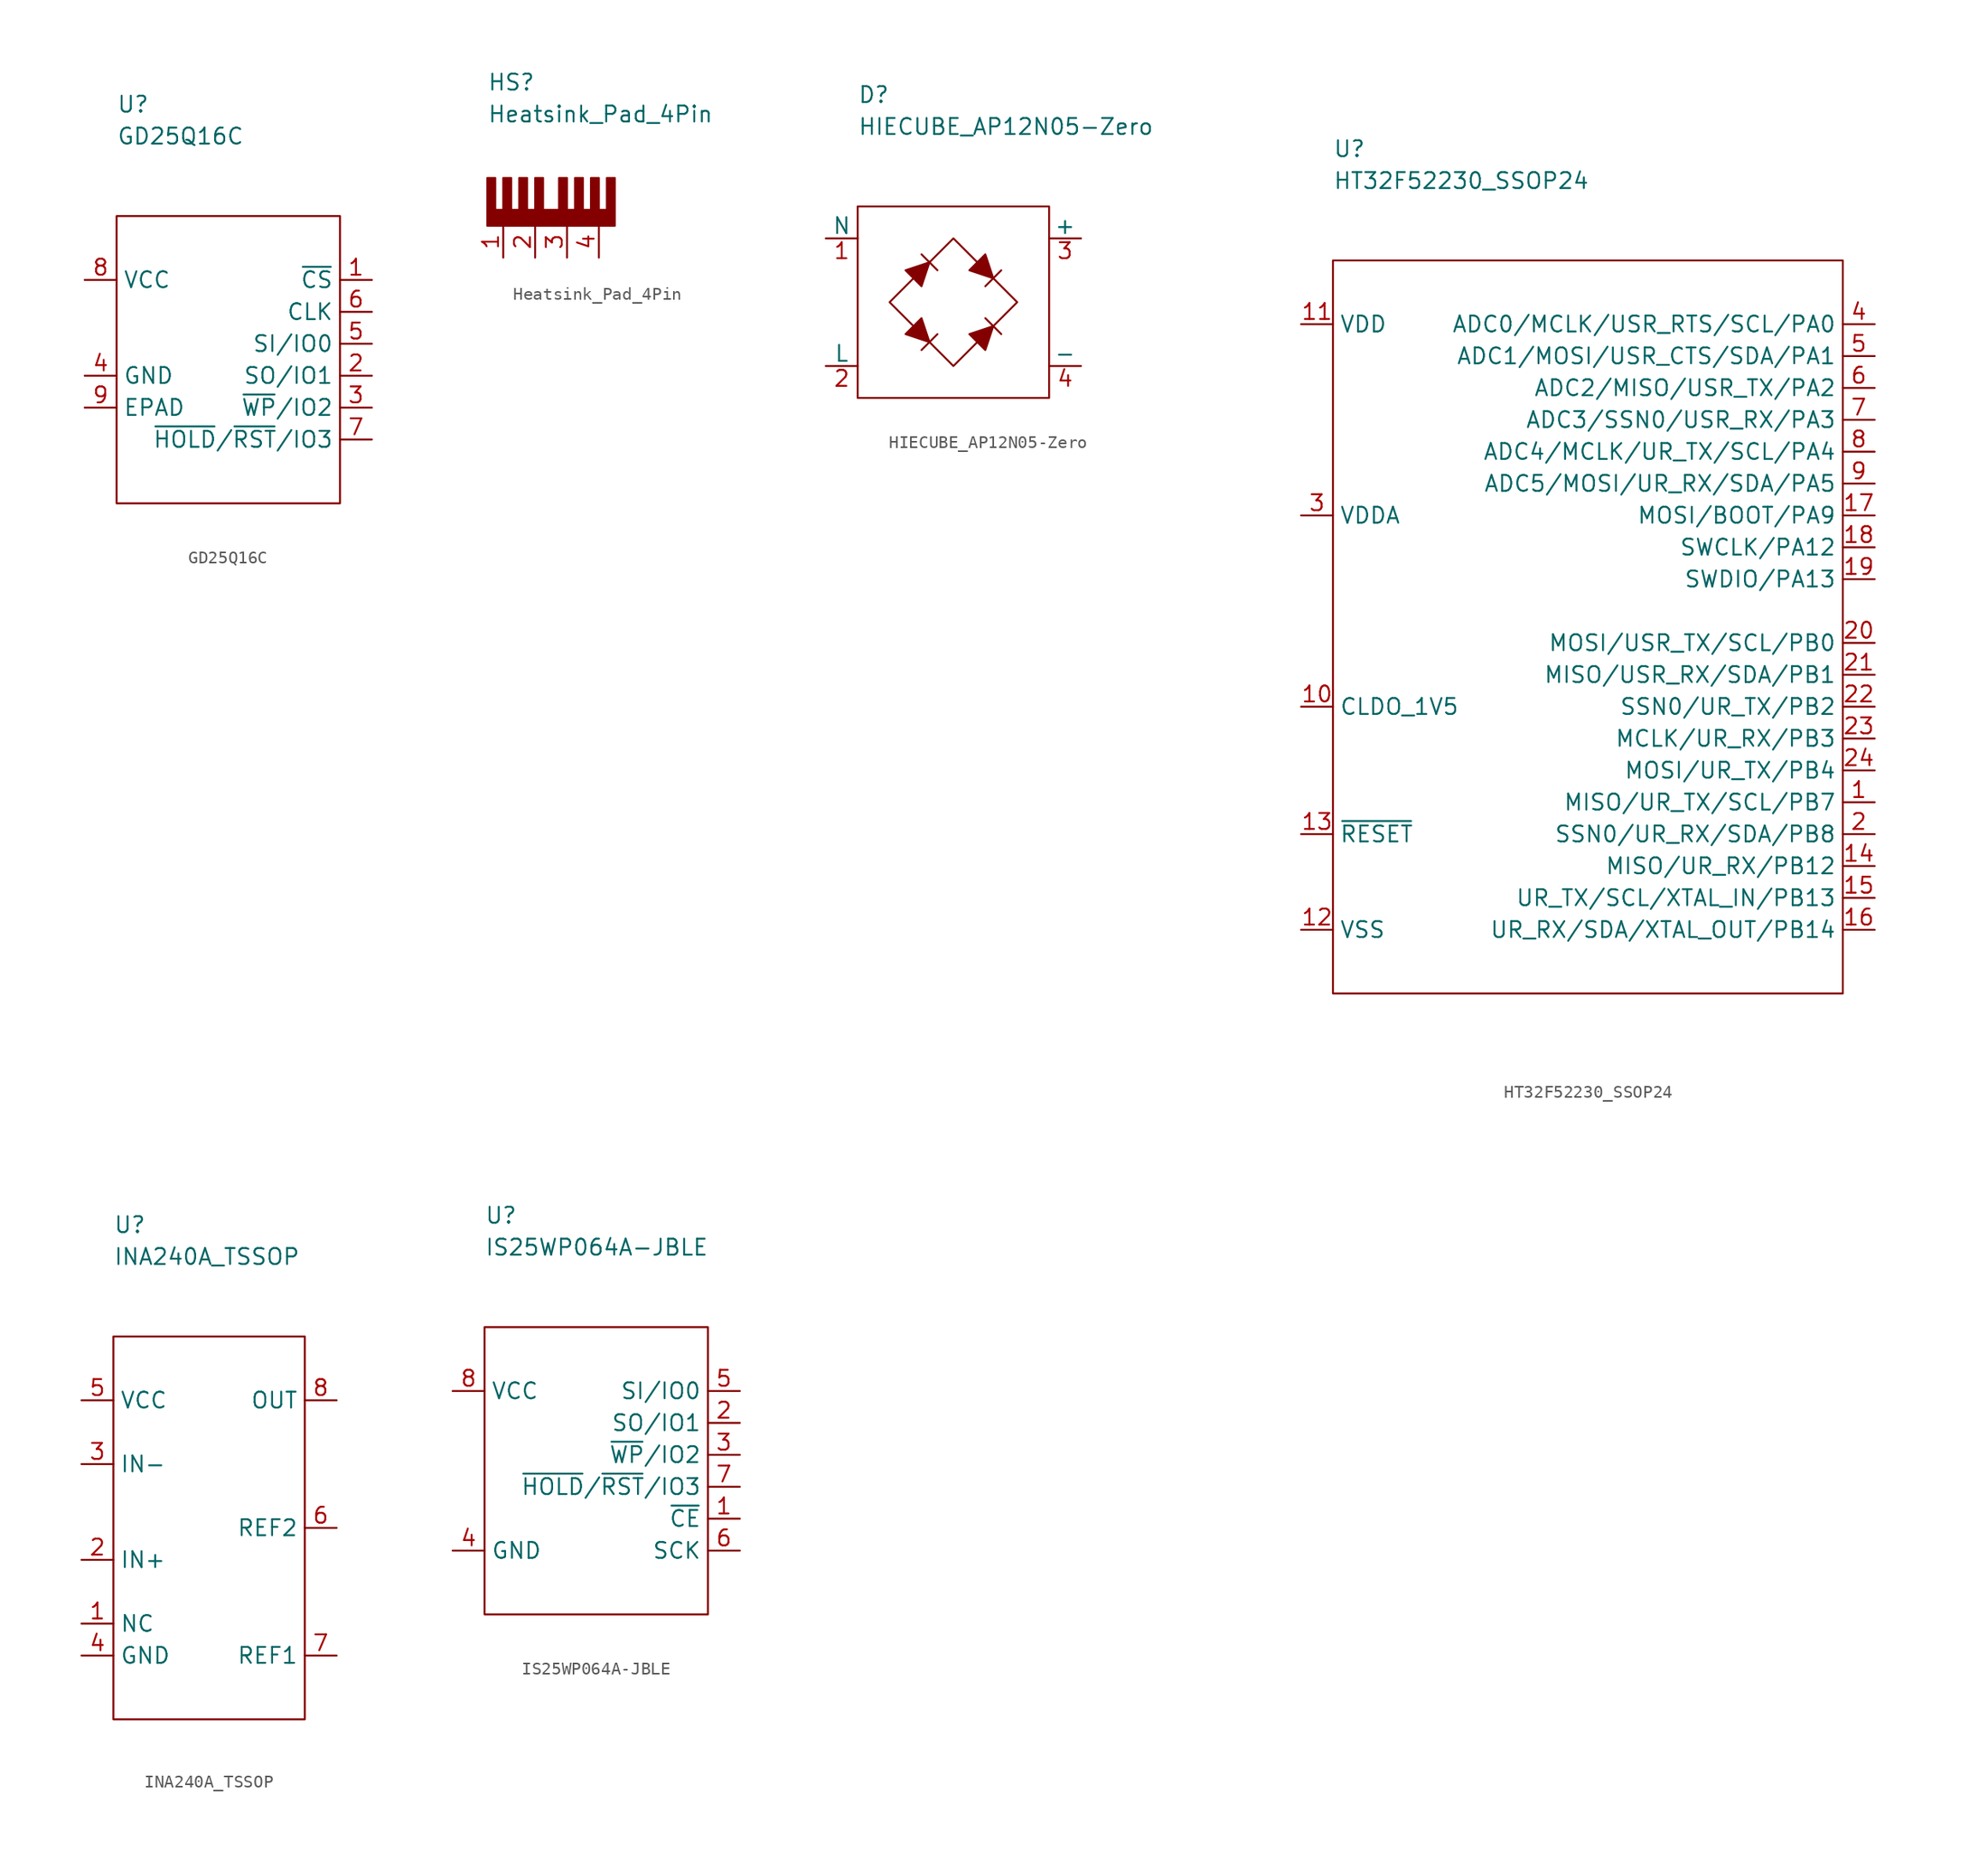
<source format=kicad_sym>
(kicad_symbol_lib
  (version 20211014)
  (generator kicad_symbol_editor)
  (symbol "GD25Q16C"
    (property "Reference" "U"
      (at 0 8.89 0)
      (effects (font (size 1.27 1.27)) (justify left)))
    (property "Value" "GD25Q16C"
      (at 0 6.35 0)
      (effects (font (size 1.27 1.27)) (justify left)))
    (symbol "GD25Q16C_0_1"
      (rectangle (start 0 0) (end 17.78 -22.86) (stroke (width 0.152) (type default) (color 0 0 0 0)) (fill (type none))))
    (symbol "GD25Q16C_1_1"
      (pin passive line (at 20.32 -5.08 180) (length 2.54) (name "~{CS}" (effects (font (size 1.27 1.27)))) (number "1" (effects (font (size 1.27 1.27)))))
      (pin passive line (at 20.32 -12.7 180) (length 2.54) (name "SO/IO1" (effects (font (size 1.27 1.27)))) (number "2" (effects (font (size 1.27 1.27)))))
      (pin passive line (at 20.32 -15.24 180) (length 2.54) (name "~{WP}/IO2" (effects (font (size 1.27 1.27)))) (number "3" (effects (font (size 1.27 1.27)))))
      (pin passive line (at -2.54 -12.7 0) (length 2.54) (name "GND" (effects (font (size 1.27 1.27)))) (number "4" (effects (font (size 1.27 1.27)))))
      (pin passive line (at 20.32 -10.16 180) (length 2.54) (name "SI/IO0" (effects (font (size 1.27 1.27)))) (number "5" (effects (font (size 1.27 1.27)))))
      (pin passive line (at 20.32 -7.62 180) (length 2.54) (name "CLK" (effects (font (size 1.27 1.27)))) (number "6" (effects (font (size 1.27 1.27)))))
      (pin passive line (at 20.32 -17.78 180) (length 2.54) (name "~{HOLD}/~{RST}/IO3" (effects (font (size 1.27 1.27)))) (number "7" (effects (font (size 1.27 1.27)))))
      (pin passive line (at -2.54 -5.08 0) (length 2.54) (name "VCC" (effects (font (size 1.27 1.27)))) (number "8" (effects (font (size 1.27 1.27)))))
      (pin passive line (at -2.54 -15.24 0) (length 2.54) (name "EPAD" (effects (font (size 1.27 1.27)))) (number "9" (effects (font (size 1.27 1.27)))))))
  (symbol "Heatsink_Pad_4Pin"
    (pin_names
      (offset 0))
    (property "Reference" "HS"
      (at -1.27 11.43 0)
      (effects (font (size 1.27 1.27)) (justify left)))
    (property "Value" "Heatsink_Pad_4Pin"
      (at -1.27 8.89 0)
      (effects (font (size 1.27 1.27)) (justify left)))
    (symbol "Heatsink_Pad_4Pin_0_1"
      (polyline (pts (xy -1.27 0) (xy -1.27 3.81) (xy -0.635 3.81) (xy -0.635 1.27) (xy 0 1.27) (xy 0 3.81) (xy 0.635 3.81) (xy 0.635 1.27) (xy 1.27 1.27) (xy 1.27 3.81) (xy 1.905 3.81) (xy 1.905 1.27) (xy 2.54 1.27) (xy 2.54 3.81) (xy 3.175 3.81) (xy 3.175 1.27) (xy 3.81 1.27) (xy 4.445 1.27) (xy 4.445 3.81) (xy 5.08 3.81) (xy 5.08 1.27) (xy 5.715 1.27) (xy 5.715 3.81) (xy 6.35 3.81) (xy 6.35 1.27) (xy 6.985 1.27) (xy 6.985 3.81) (xy 7.62 3.81) (xy 7.62 1.27) (xy 8.255 1.27) (xy 8.255 3.81) (xy 8.89 3.81) (xy 8.89 0) (xy -1.27 0)) (stroke (width 0.152) (type default) (color 0 0 0 0)) (fill (type outline))))
    (symbol "Heatsink_Pad_4Pin_1_1"
      (pin passive line (at 0 -2.54 90) (length 2.54) (name "~" (effects (font (size 1.27 1.27)))) (number "1" (effects (font (size 1.27 1.27)))))
      (pin passive line (at 2.54 -2.54 90) (length 2.54) (name "~" (effects (font (size 1.27 1.27)))) (number "2" (effects (font (size 1.27 1.27)))))
      (pin passive line (at 5.08 -2.54 90) (length 2.54) (name "~" (effects (font (size 1.27 1.27)))) (number "3" (effects (font (size 1.27 1.27)))))
      (pin passive line (at 7.62 -2.54 90) (length 2.54) (name "~" (effects (font (size 1.27 1.27)))) (number "4" (effects (font (size 1.27 1.27)))))))
  (symbol "HIECUBE_AP12N05-Zero"
    (pin_names
      (offset 0))
    (property "Reference" "D"
      (at 0 8.89 0)
      (effects (font (size 1.27 1.27)) (justify left)))
    (property "Value" "HIECUBE_AP12N05-Zero"
      (at 0 6.35 0)
      (effects (font (size 1.27 1.27)) (justify left)))
    (symbol "HIECUBE_AP12N05-Zero_0_1"
      (polyline (pts (xy 5.08 -3.81) (xy 6.35 -5.08)) (stroke (width 0) (type default) (color 0 0 0 0)) (fill (type none)))
      (polyline (pts (xy 6.35 -10.16) (xy 5.08 -11.43)) (stroke (width 0) (type default) (color 0 0 0 0)) (fill (type none)))
      (polyline (pts (xy 10.16 -8.89) (xy 11.43 -10.16)) (stroke (width 0) (type default) (color 0 0 0 0)) (fill (type none)))
      (polyline (pts (xy 10.16 -6.35) (xy 11.43 -5.08)) (stroke (width 0) (type default) (color 0 0 0 0)) (fill (type none)))
      (polyline (pts (xy 3.81 -5.08) (xy 5.08 -6.35) (xy 5.715 -4.445) (xy 3.81 -5.08)) (stroke (width 0) (type default) (color 0 0 0 0)) (fill (type outline)))
      (polyline (pts (xy 5.08 -8.89) (xy 3.81 -10.16) (xy 5.715 -10.795) (xy 5.08 -8.89)) (stroke (width 0) (type default) (color 0 0 0 0)) (fill (type outline)))
      (polyline (pts (xy 8.89 -5.08) (xy 10.16 -3.81) (xy 10.795 -5.715) (xy 8.89 -5.08)) (stroke (width 0) (type default) (color 0 0 0 0)) (fill (type outline)))
      (polyline (pts (xy 10.795 -9.525) (xy 8.89 -10.16) (xy 10.16 -11.43) (xy 10.795 -9.525)) (stroke (width 0) (type default) (color 0 0 0 0)) (fill (type outline)))
      (polyline (pts (xy 2.54 -7.62) (xy 7.62 -12.7) (xy 12.7 -7.62) (xy 7.62 -2.54) (xy 2.54 -7.62)) (stroke (width 0) (type default) (color 0 0 0 0)) (fill (type none)))
      (rectangle (start 0 0) (end 15.24 -15.24) (stroke (width 0.152) (type default) (color 0 0 0 0)) (fill (type none))))
    (symbol "HIECUBE_AP12N05-Zero_1_1"
      (pin passive line (at -2.54 -2.54 0) (length 2.54) (name "N" (effects (font (size 1.27 1.27)))) (number "1" (effects (font (size 1.27 1.27)))))
      (pin passive line (at -2.54 -12.7 0) (length 2.54) (name "L" (effects (font (size 1.27 1.27)))) (number "2" (effects (font (size 1.27 1.27)))))
      (pin passive line (at 17.78 -2.54 180) (length 2.54) (name "+" (effects (font (size 1.27 1.27)))) (number "3" (effects (font (size 1.27 1.27)))))
      (pin passive line (at 17.78 -12.7 180) (length 2.54) (name "-" (effects (font (size 1.27 1.27)))) (number "4" (effects (font (size 1.27 1.27)))))))
  (symbol "HT32F52230_SSOP24"
    (property "Reference" "U"
      (at 0 8.89 0)
      (effects (font (size 1.27 1.27)) (justify left)))
    (property "Value" "HT32F52230_SSOP24"
      (at 0 6.35 0)
      (effects (font (size 1.27 1.27)) (justify left)))
    (symbol "HT32F52230_SSOP24_0_1"
      (rectangle (start 0 0) (end 40.64 -58.42) (stroke (width 0.152) (type default) (color 0 0 0 0)) (fill (type none))))
    (symbol "HT32F52230_SSOP24_1_1"
      (pin passive line (at 43.18 -43.18 180) (length 2.54) (name "MISO/UR_TX/SCL/PB7" (effects (font (size 1.27 1.27)))) (number "1" (effects (font (size 1.27 1.27)))))
      (pin passive line (at -2.54 -35.56 0) (length 2.54) (name "CLDO_1V5" (effects (font (size 1.27 1.27)))) (number "10" (effects (font (size 1.27 1.27)))))
      (pin passive line (at -2.54 -5.08 0) (length 2.54) (name "VDD" (effects (font (size 1.27 1.27)))) (number "11" (effects (font (size 1.27 1.27)))))
      (pin passive line (at -2.54 -53.34 0) (length 2.54) (name "VSS" (effects (font (size 1.27 1.27)))) (number "12" (effects (font (size 1.27 1.27)))))
      (pin passive line (at -2.54 -45.72 0) (length 2.54) (name "~{RESET}" (effects (font (size 1.27 1.27)))) (number "13" (effects (font (size 1.27 1.27)))))
      (pin passive line (at 43.18 -48.26 180) (length 2.54) (name "MISO/UR_RX/PB12" (effects (font (size 1.27 1.27)))) (number "14" (effects (font (size 1.27 1.27)))))
      (pin passive line (at 43.18 -50.8 180) (length 2.54) (name "UR_TX/SCL/XTAL_IN/PB13" (effects (font (size 1.27 1.27)))) (number "15" (effects (font (size 1.27 1.27)))))
      (pin passive line (at 43.18 -53.34 180) (length 2.54) (name "UR_RX/SDA/XTAL_OUT/PB14" (effects (font (size 1.27 1.27)))) (number "16" (effects (font (size 1.27 1.27)))))
      (pin passive line (at 43.18 -20.32 180) (length 2.54) (name "MOSI/BOOT/PA9" (effects (font (size 1.27 1.27)))) (number "17" (effects (font (size 1.27 1.27)))))
      (pin passive line (at 43.18 -22.86 180) (length 2.54) (name "SWCLK/PA12" (effects (font (size 1.27 1.27)))) (number "18" (effects (font (size 1.27 1.27)))))
      (pin passive line (at 43.18 -25.4 180) (length 2.54) (name "SWDIO/PA13" (effects (font (size 1.27 1.27)))) (number "19" (effects (font (size 1.27 1.27)))))
      (pin passive line (at 43.18 -45.72 180) (length 2.54) (name "SSN0/UR_RX/SDA/PB8" (effects (font (size 1.27 1.27)))) (number "2" (effects (font (size 1.27 1.27)))))
      (pin passive line (at 43.18 -30.48 180) (length 2.54) (name "MOSI/USR_TX/SCL/PB0" (effects (font (size 1.27 1.27)))) (number "20" (effects (font (size 1.27 1.27)))))
      (pin passive line (at 43.18 -33.02 180) (length 2.54) (name "MISO/USR_RX/SDA/PB1" (effects (font (size 1.27 1.27)))) (number "21" (effects (font (size 1.27 1.27)))))
      (pin passive line (at 43.18 -35.56 180) (length 2.54) (name "SSN0/UR_TX/PB2" (effects (font (size 1.27 1.27)))) (number "22" (effects (font (size 1.27 1.27)))))
      (pin passive line (at 43.18 -38.1 180) (length 2.54) (name "MCLK/UR_RX/PB3" (effects (font (size 1.27 1.27)))) (number "23" (effects (font (size 1.27 1.27)))))
      (pin passive line (at 43.18 -40.64 180) (length 2.54) (name "MOSI/UR_TX/PB4" (effects (font (size 1.27 1.27)))) (number "24" (effects (font (size 1.27 1.27)))))
      (pin passive line (at -2.54 -20.32 0) (length 2.54) (name "VDDA" (effects (font (size 1.27 1.27)))) (number "3" (effects (font (size 1.27 1.27)))))
      (pin passive line (at 43.18 -5.08 180) (length 2.54) (name "ADC0/MCLK/USR_RTS/SCL/PA0" (effects (font (size 1.27 1.27)))) (number "4" (effects (font (size 1.27 1.27)))))
      (pin passive line (at 43.18 -7.62 180) (length 2.54) (name "ADC1/MOSI/USR_CTS/SDA/PA1" (effects (font (size 1.27 1.27)))) (number "5" (effects (font (size 1.27 1.27)))))
      (pin passive line (at 43.18 -10.16 180) (length 2.54) (name "ADC2/MISO/USR_TX/PA2" (effects (font (size 1.27 1.27)))) (number "6" (effects (font (size 1.27 1.27)))))
      (pin passive line (at 43.18 -12.7 180) (length 2.54) (name "ADC3/SSN0/USR_RX/PA3" (effects (font (size 1.27 1.27)))) (number "7" (effects (font (size 1.27 1.27)))))
      (pin passive line (at 43.18 -15.24 180) (length 2.54) (name "ADC4/MCLK/UR_TX/SCL/PA4" (effects (font (size 1.27 1.27)))) (number "8" (effects (font (size 1.27 1.27)))))
      (pin passive line (at 43.18 -17.78 180) (length 2.54) (name "ADC5/MOSI/UR_RX/SDA/PA5" (effects (font (size 1.27 1.27)))) (number "9" (effects (font (size 1.27 1.27)))))))
  (symbol "INA240A_TSSOP"
    (property "Reference" "U"
      (at 0 8.89 0)
      (effects (font (size 1.27 1.27)) (justify left)))
    (property "Value" "INA240A_TSSOP"
      (at 0 6.35 0)
      (effects (font (size 1.27 1.27)) (justify left)))
    (symbol "INA240A_TSSOP_0_1"
      (rectangle (start 0 0) (end 15.24 -30.48) (stroke (width 0) (type default) (color 0 0 0 0)) (fill (type none))))
    (symbol "INA240A_TSSOP_1_1"
      (pin passive line (at -2.54 -22.86 0) (length 2.54) (name "NC" (effects (font (size 1.27 1.27)))) (number "1" (effects (font (size 1.27 1.27)))))
      (pin passive line (at -2.54 -17.78 0) (length 2.54) (name "IN+" (effects (font (size 1.27 1.27)))) (number "2" (effects (font (size 1.27 1.27)))))
      (pin passive line (at -2.54 -10.16 0) (length 2.54) (name "IN-" (effects (font (size 1.27 1.27)))) (number "3" (effects (font (size 1.27 1.27)))))
      (pin passive line (at -2.54 -25.4 0) (length 2.54) (name "GND" (effects (font (size 1.27 1.27)))) (number "4" (effects (font (size 1.27 1.27)))))
      (pin passive line (at -2.54 -5.08 0) (length 2.54) (name "VCC" (effects (font (size 1.27 1.27)))) (number "5" (effects (font (size 1.27 1.27)))))
      (pin passive line (at 17.78 -15.24 180) (length 2.54) (name "REF2" (effects (font (size 1.27 1.27)))) (number "6" (effects (font (size 1.27 1.27)))))
      (pin passive line (at 17.78 -25.4 180) (length 2.54) (name "REF1" (effects (font (size 1.27 1.27)))) (number "7" (effects (font (size 1.27 1.27)))))
      (pin passive line (at 17.78 -5.08 180) (length 2.54) (name "OUT" (effects (font (size 1.27 1.27)))) (number "8" (effects (font (size 1.27 1.27)))))))
  (symbol "IS25WP064A-JBLE"
    (property "Reference" "U"
      (at 0 8.89 0)
      (effects (font (size 1.27 1.27)) (justify left)))
    (property "Value" "IS25WP064A-JBLE"
      (at 0 6.35 0)
      (effects (font (size 1.27 1.27)) (justify left)))
    (symbol "IS25WP064A-JBLE_0_1"
      (rectangle (start 0 0) (end 17.78 -22.86) (stroke (width 0.152) (type default) (color 0 0 0 0)) (fill (type none))))
    (symbol "IS25WP064A-JBLE_1_1"
      (pin passive line (at 20.32 -15.24 180) (length 2.54) (name "~{CE}" (effects (font (size 1.27 1.27)))) (number "1" (effects (font (size 1.27 1.27)))))
      (pin passive line (at 20.32 -7.62 180) (length 2.54) (name "SO/IO1" (effects (font (size 1.27 1.27)))) (number "2" (effects (font (size 1.27 1.27)))))
      (pin passive line (at 20.32 -10.16 180) (length 2.54) (name "~{WP}/IO2" (effects (font (size 1.27 1.27)))) (number "3" (effects (font (size 1.27 1.27)))))
      (pin passive line (at -2.54 -17.78 0) (length 2.54) (name "GND" (effects (font (size 1.27 1.27)))) (number "4" (effects (font (size 1.27 1.27)))))
      (pin passive line (at 20.32 -5.08 180) (length 2.54) (name "SI/IO0" (effects (font (size 1.27 1.27)))) (number "5" (effects (font (size 1.27 1.27)))))
      (pin passive line (at 20.32 -17.78 180) (length 2.54) (name "SCK" (effects (font (size 1.27 1.27)))) (number "6" (effects (font (size 1.27 1.27)))))
      (pin passive line (at 20.32 -12.7 180) (length 2.54) (name "~{HOLD}/~{RST}/IO3" (effects (font (size 1.27 1.27)))) (number "7" (effects (font (size 1.27 1.27)))))
      (pin passive line (at -2.54 -5.08 0) (length 2.54) (name "VCC" (effects (font (size 1.27 1.27)))) (number "8" (effects (font (size 1.27 1.27))))))))
</source>
